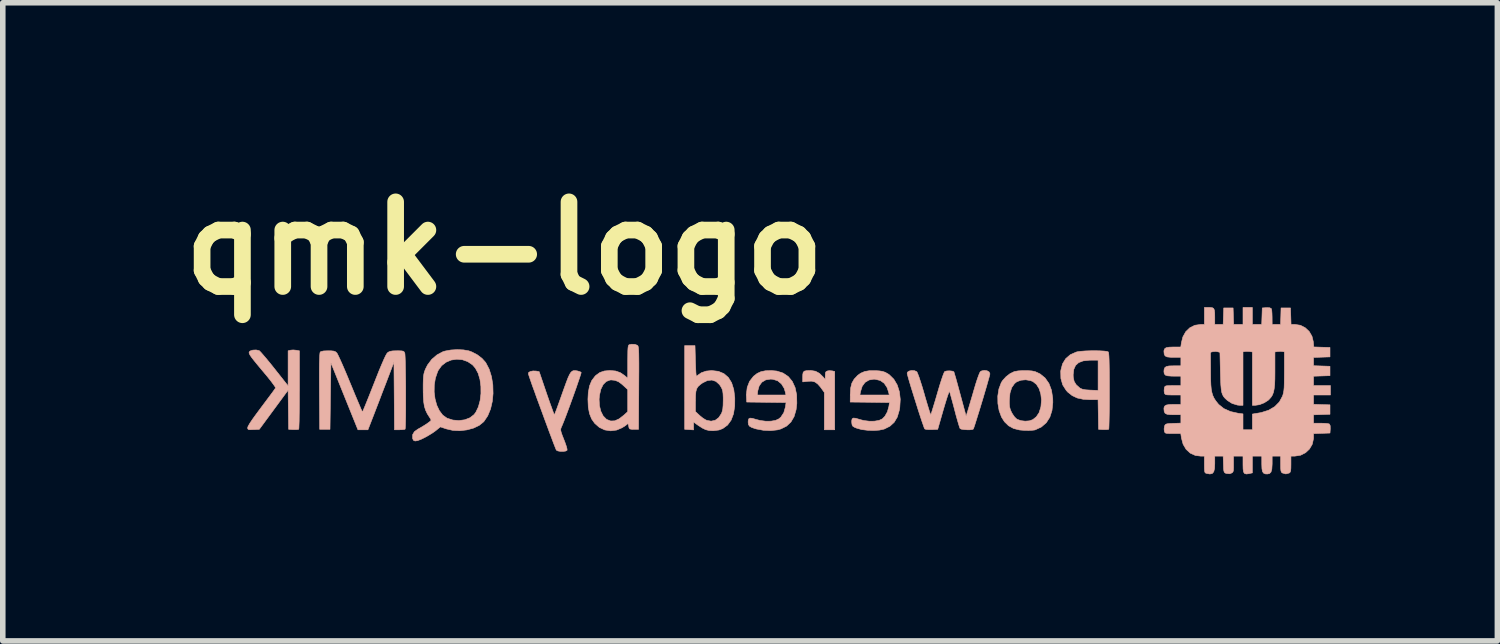
<source format=kicad_pcb>
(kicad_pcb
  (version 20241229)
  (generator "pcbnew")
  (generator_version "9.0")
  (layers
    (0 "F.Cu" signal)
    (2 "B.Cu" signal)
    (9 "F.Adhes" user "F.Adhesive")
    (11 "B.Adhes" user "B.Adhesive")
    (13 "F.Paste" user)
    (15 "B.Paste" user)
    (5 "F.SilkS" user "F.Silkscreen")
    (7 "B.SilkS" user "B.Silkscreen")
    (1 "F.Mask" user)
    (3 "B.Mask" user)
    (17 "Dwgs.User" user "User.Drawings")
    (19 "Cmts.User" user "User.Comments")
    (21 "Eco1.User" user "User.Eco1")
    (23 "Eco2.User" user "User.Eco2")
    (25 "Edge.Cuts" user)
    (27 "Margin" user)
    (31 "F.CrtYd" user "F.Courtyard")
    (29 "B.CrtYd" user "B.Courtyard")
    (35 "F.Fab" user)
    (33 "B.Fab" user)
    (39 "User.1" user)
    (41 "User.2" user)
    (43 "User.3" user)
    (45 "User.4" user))
  (footprint "qmk-logo"
    (layer "F.Cu")
    (at 11.111 3.958)
    (property "Reference" "qmk-logo" (at -5.08 -2.54 0) (layer "F.SilkS") (effects (font (size 1.524 1.524) (thickness 0.3))))
    (attr through_hole)
    (fp_poly (pts (xy 0.361 -0.337) (xy 0.319 -0.328) (xy 0.297 -0.307) (xy 0.289 -0.268) (xy 0.288 -0.226) (xy 0.288 -0.134) (xy 0.385 -0.145) (xy 0.452 -0.147) (xy 0.506 -0.133) (xy 0.555 -0.099) (xy 0.607 -0.041) (xy 0.628 -0.012) (xy 0.677 0.056) (xy 0.677 0.728) (xy 0.864 0.728) (xy 0.864 -0.321) (xy 0.821 -0.332) (xy 0.77 -0.336) (xy 0.737 -0.332) (xy 0.709 -0.32) (xy 0.697 -0.297) (xy 0.694 -0.25) (xy 0.694 -0.249) (xy 0.693 -0.178) (xy 0.659 -0.219) (xy 0.59 -0.287) (xy 0.518 -0.326) (xy 0.436 -0.339) (xy 0.43 -0.339) (xy 0.361 -0.337)) (stroke (width 0.01) (type solid)) (fill yes) (layer "B.SilkS"))
    (fp_poly (pts (xy -0.384 -0.334) (xy -0.465 -0.317) (xy -0.532 -0.286) (xy -0.595 -0.237) (xy -0.6 -0.232) (xy -0.669 -0.143) (xy -0.711 -0.035) (xy -0.726 0.091) (xy -0.725 0.13) (xy -0.72 0.229) (xy -0.012 0.238) (xy -0.023 0.316) (xy -0.052 0.419) (xy -0.105 0.5) (xy -0.141 0.531) (xy -0.201 0.559) (xy -0.283 0.573) (xy -0.378 0.574) (xy -0.478 0.561) (xy -0.551 0.542) (xy -0.619 0.522) (xy -0.661 0.518) (xy -0.684 0.532) (xy -0.693 0.566) (xy -0.694 0.593) (xy -0.689 0.633) (xy -0.671 0.662) (xy -0.633 0.685) (xy -0.57 0.707) (xy -0.549 0.713) (xy -0.42 0.737) (xy -0.289 0.743) (xy -0.168 0.73) (xy -0.105 0.713) (xy -0.003 0.662) (xy 0.076 0.588) (xy 0.133 0.49) (xy 0.169 0.366) (xy 0.182 0.252) (xy 0.179 0.102) (xy -0.014 0.102) (xy -0.529 0.102) (xy -0.521 0.027) (xy -0.496 -0.061) (xy -0.448 -0.128) (xy -0.378 -0.17) (xy -0.291 -0.184) (xy -0.249 -0.181) (xy -0.163 -0.154) (xy -0.095 -0.098) (xy -0.046 -0.019) (xy -0.026 0.047) (xy -0.014 0.102) (xy 0.179 0.102) (xy 0.179 0.1) (xy 0.151 -0.032) (xy 0.1 -0.143) (xy 0.028 -0.23) (xy -0.066 -0.293) (xy -0.178 -0.329) (xy -0.279 -0.338) (xy -0.384 -0.334)) (stroke (width 0.01) (type solid)) (fill yes) (layer "B.SilkS"))
    (fp_poly (pts (xy -9.61 -0.706) (xy -9.656 -0.691) (xy -9.659 -0.689) (xy -9.672 -0.677) (xy -9.678 -0.663) (xy -9.674 -0.643) (xy -9.659 -0.614) (xy -9.631 -0.573) (xy -9.587 -0.517) (xy -9.526 -0.442) (xy -9.445 -0.345) (xy -9.42 -0.315) (xy -9.352 -0.234) (xy -9.293 -0.16) (xy -9.247 -0.099) (xy -9.215 -0.054) (xy -9.201 -0.029) (xy -9.201 -0.026) (xy -9.213 -0.007) (xy -9.242 0.034) (xy -9.287 0.095) (xy -9.343 0.17) (xy -9.408 0.257) (xy -9.456 0.321) (xy -9.545 0.441) (xy -9.616 0.539) (xy -9.666 0.614) (xy -9.695 0.665) (xy -9.703 0.689) (xy -9.701 0.711) (xy -9.69 0.723) (xy -9.662 0.727) (xy -9.609 0.725) (xy -9.598 0.725) (xy -9.494 0.72) (xy -8.975 0.015) (xy -8.966 0.72) (xy -8.881 0.725) (xy -8.83 0.725) (xy -8.793 0.721) (xy -8.784 0.718) (xy -8.781 0.699) (xy -8.779 0.649) (xy -8.776 0.573) (xy -8.775 0.475) (xy -8.773 0.356) (xy -8.772 0.222) (xy -8.772 0.076) (xy -8.771 0.006) (xy -8.771 -0.693) (xy -8.831 -0.704) (xy -8.884 -0.709) (xy -8.931 -0.705) (xy -8.932 -0.704) (xy -8.975 -0.694) (xy -8.975 -0.062) (xy -9.222 -0.374) (xy -9.293 -0.463) (xy -9.359 -0.543) (xy -9.416 -0.61) (xy -9.46 -0.661) (xy -9.489 -0.691) (xy -9.497 -0.697) (xy -9.551 -0.709) (xy -9.61 -0.706)) (stroke (width 0.01) (type solid)) (fill yes) (layer "B.SilkS"))
    (fp_poly (pts (xy 5.464 -0.694) (xy 5.376 -0.691) (xy 5.298 -0.685) (xy 5.237 -0.677) (xy 5.211 -0.671) (xy 5.104 -0.623) (xy 5.022 -0.552) (xy 4.965 -0.459) (xy 4.935 -0.346) (xy 4.932 -0.325) (xy 4.935 -0.196) (xy 4.968 -0.08) (xy 5.031 0.019) (xy 5.06 0.051) (xy 5.14 0.114) (xy 5.23 0.156) (xy 5.337 0.179) (xy 5.463 0.186) (xy 5.604 0.186) (xy 5.613 0.72) (xy 5.699 0.725) (xy 5.75 0.725) (xy 5.787 0.721) (xy 5.796 0.718) (xy 5.799 0.699) (xy 5.801 0.649) (xy 5.803 0.574) (xy 5.805 0.475) (xy 5.807 0.357) (xy 5.808 0.224) (xy 5.808 0.078) (xy 5.808 0.026) (xy 5.808 0.02) (xy 5.605 0.02) (xy 5.462 0.014) (xy 5.383 0.009) (xy 5.328 -0.00025) (xy 5.289 -0.016) (xy 5.273 -0.026) (xy 5.21 -0.083) (xy 5.174 -0.142) (xy 5.158 -0.216) (xy 5.156 -0.262) (xy 5.167 -0.358) (xy 5.199 -0.43) (xy 5.255 -0.481) (xy 5.336 -0.512) (xy 5.445 -0.524) (xy 5.474 -0.525) (xy 5.605 -0.525) (xy 5.605 0.02) (xy 5.808 0.02) (xy 5.808 -0.157) (xy 5.807 -0.308) (xy 5.805 -0.43) (xy 5.803 -0.524) (xy 5.8 -0.594) (xy 5.796 -0.641) (xy 5.791 -0.667) (xy 5.788 -0.674) (xy 5.762 -0.683) (xy 5.709 -0.689) (xy 5.637 -0.693) (xy 5.553 -0.695) (xy 5.464 -0.694)) (stroke (width 0.01) (type solid)) (fill yes) (layer "B.SilkS"))
    (fp_poly (pts (xy 1.491 -0.336) (xy 1.403 -0.321) (xy 1.331 -0.29) (xy 1.277 -0.251) (xy 1.214 -0.184) (xy 1.173 -0.112) (xy 1.151 -0.024) (xy 1.144 0.085) (xy 1.143 0.229) (xy 1.496 0.233) (xy 1.85 0.238) (xy 1.839 0.309) (xy 1.812 0.405) (xy 1.767 0.485) (xy 1.721 0.532) (xy 1.662 0.559) (xy 1.581 0.573) (xy 1.487 0.574) (xy 1.388 0.562) (xy 1.312 0.542) (xy 1.243 0.521) (xy 1.2 0.517) (xy 1.177 0.532) (xy 1.17 0.567) (xy 1.171 0.603) (xy 1.177 0.642) (xy 1.192 0.666) (xy 1.224 0.685) (xy 1.262 0.7) (xy 1.349 0.724) (xy 1.453 0.737) (xy 1.563 0.741) (xy 1.667 0.734) (xy 1.751 0.716) (xy 1.757 0.714) (xy 1.857 0.664) (xy 1.934 0.594) (xy 1.99 0.5) (xy 2.026 0.379) (xy 2.035 0.328) (xy 2.044 0.18) (xy 2.035 0.102) (xy 1.846 0.102) (xy 1.317 0.102) (xy 1.329 0.038) (xy 1.359 -0.056) (xy 1.411 -0.126) (xy 1.482 -0.168) (xy 1.569 -0.183) (xy 1.594 -0.181) (xy 1.684 -0.159) (xy 1.755 -0.109) (xy 1.807 -0.031) (xy 1.835 0.055) (xy 1.846 0.102) (xy 2.035 0.102) (xy 2.028 0.043) (xy 1.989 -0.079) (xy 1.928 -0.182) (xy 1.847 -0.262) (xy 1.822 -0.279) (xy 1.772 -0.307) (xy 1.724 -0.323) (xy 1.666 -0.332) (xy 1.603 -0.336) (xy 1.491 -0.336)) (stroke (width 0.01) (type solid)) (fill yes) (layer "B.SilkS"))
    (fp_poly (pts (xy 4.165 -0.332) (xy 4.1 -0.32) (xy 4.095 -0.319) (xy 4.022 -0.284) (xy 3.949 -0.228) (xy 3.888 -0.161) (xy 3.862 -0.121) (xy 3.819 -0.006) (xy 3.799 0.122) (xy 3.801 0.254) (xy 3.823 0.382) (xy 3.866 0.499) (xy 3.92 0.584) (xy 3.994 0.656) (xy 4.084 0.705) (xy 4.193 0.732) (xy 4.284 0.739) (xy 4.356 0.74) (xy 4.419 0.737) (xy 4.463 0.732) (xy 4.471 0.73) (xy 4.583 0.678) (xy 4.672 0.601) (xy 4.736 0.502) (xy 4.775 0.38) (xy 4.79 0.237) (xy 4.789 0.188) (xy 4.586 0.188) (xy 4.577 0.302) (xy 4.573 0.325) (xy 4.542 0.422) (xy 4.492 0.495) (xy 4.43 0.545) (xy 4.369 0.567) (xy 4.293 0.573) (xy 4.215 0.564) (xy 4.149 0.54) (xy 4.136 0.531) (xy 4.101 0.497) (xy 4.065 0.445) (xy 4.047 0.414) (xy 4.025 0.364) (xy 4.012 0.315) (xy 4.007 0.256) (xy 4.007 0.192) (xy 4.019 0.066) (xy 4.05 -0.032) (xy 4.101 -0.104) (xy 4.141 -0.136) (xy 4.215 -0.164) (xy 4.303 -0.172) (xy 4.389 -0.157) (xy 4.432 -0.14) (xy 4.495 -0.089) (xy 4.543 -0.013) (xy 4.573 0.081) (xy 4.586 0.188) (xy 4.789 0.188) (xy 4.788 0.16) (xy 4.766 0.016) (xy 4.72 -0.106) (xy 4.651 -0.204) (xy 4.56 -0.278) (xy 4.472 -0.319) (xy 4.414 -0.331) (xy 4.335 -0.337) (xy 4.248 -0.337) (xy 4.165 -0.332)) (stroke (width 0.01) (type solid)) (fill yes) (layer "B.SilkS"))
    (fp_poly (pts (xy -1.837 0.72) (xy -1.676 0.73) (xy -1.676 0.59) (xy -1.596 0.647) (xy -1.521 0.696) (xy -1.459 0.726) (xy -1.398 0.741) (xy -1.325 0.745) (xy -1.324 0.745) (xy -1.219 0.732) (xy -1.151 0.706) (xy -1.065 0.643) (xy -1.001 0.555) (xy -0.958 0.441) (xy -0.936 0.301) (xy -0.935 0.195) (xy -1.143 0.195) (xy -1.145 0.287) (xy -1.151 0.355) (xy -1.164 0.407) (xy -1.175 0.436) (xy -1.224 0.51) (xy -1.287 0.557) (xy -1.361 0.573) (xy -1.44 0.558) (xy -1.461 0.548) (xy -1.507 0.52) (xy -1.558 0.479) (xy -1.579 0.46) (xy -1.643 0.4) (xy -1.643 0.208) (xy -1.641 0.111) (xy -1.635 0.041) (xy -1.621 -0.01) (xy -1.597 -0.049) (xy -1.559 -0.084) (xy -1.511 -0.118) (xy -1.426 -0.159) (xy -1.346 -0.167) (xy -1.274 -0.143) (xy -1.211 -0.086) (xy -1.183 -0.044) (xy -1.164 -0.007) (xy -1.152 0.032) (xy -1.146 0.08) (xy -1.143 0.149) (xy -1.143 0.195) (xy -0.935 0.195) (xy -0.935 0.152) (xy -0.953 0.004) (xy -0.992 -0.119) (xy -1.051 -0.214) (xy -1.131 -0.283) (xy -1.23 -0.324) (xy -1.35 -0.338) (xy -1.351 -0.338) (xy -1.452 -0.328) (xy -1.538 -0.298) (xy -1.603 -0.252) (xy -1.61 -0.244) (xy -1.619 -0.237) (xy -1.626 -0.242) (xy -1.631 -0.264) (xy -1.635 -0.307) (xy -1.638 -0.375) (xy -1.642 -0.472) (xy -1.643 -0.501) (xy -1.651 -0.787) (xy -1.837 -0.787) (xy -1.837 0.72)) (stroke (width 0.01) (type solid)) (fill yes) (layer "B.SilkS"))
    (fp_poly (pts (xy -3.835 -0.337) (xy -3.861 -0.327) (xy -3.885 -0.305) (xy -3.909 -0.267) (xy -3.936 -0.209) (xy -3.967 -0.128) (xy -4.006 -0.021) (xy -4.04 0.074) (xy -4.078 0.181) (xy -4.112 0.276) (xy -4.141 0.356) (xy -4.164 0.415) (xy -4.178 0.45) (xy -4.183 0.457) (xy -4.19 0.442) (xy -4.207 0.399) (xy -4.231 0.332) (xy -4.262 0.247) (xy -4.297 0.147) (xy -4.324 0.069) (xy -4.456 -0.319) (xy -4.512 -0.329) (xy -4.566 -0.331) (xy -4.613 -0.322) (xy -4.645 -0.304) (xy -4.65 -0.279) (xy -4.647 -0.267) (xy -4.633 -0.225) (xy -4.61 -0.158) (xy -4.58 -0.071) (xy -4.542 0.032) (xy -4.501 0.148) (xy -4.455 0.272) (xy -4.408 0.4) (xy -4.361 0.529) (xy -4.315 0.653) (xy -4.272 0.77) (xy -4.232 0.875) (xy -4.199 0.964) (xy -4.172 1.033) (xy -4.154 1.078) (xy -4.147 1.094) (xy -4.119 1.109) (xy -4.073 1.117) (xy -4.022 1.117) (xy -3.978 1.111) (xy -3.954 1.097) (xy -3.953 1.095) (xy -3.955 1.07) (xy -3.968 1.022) (xy -3.99 0.958) (xy -4.012 0.901) (xy -4.042 0.825) (xy -4.06 0.772) (xy -4.068 0.737) (xy -4.067 0.711) (xy -4.059 0.687) (xy -4.057 0.683) (xy -4.039 0.642) (xy -4.013 0.578) (xy -3.981 0.496) (xy -3.945 0.4) (xy -3.906 0.295) (xy -3.866 0.185) (xy -3.827 0.077) (xy -3.79 -0.027) (xy -3.758 -0.121) (xy -3.731 -0.2) (xy -3.711 -0.26) (xy -3.701 -0.296) (xy -3.7 -0.305) (xy -3.722 -0.318) (xy -3.762 -0.33) (xy -3.77 -0.332) (xy -3.806 -0.337) (xy -3.835 -0.337)) (stroke (width 0.01) (type solid)) (fill yes) (layer "B.SilkS"))
    (fp_poly (pts (xy -2.835 -0.803) (xy -2.845 -0.795) (xy -2.852 -0.777) (xy -2.857 -0.744) (xy -2.86 -0.692) (xy -2.861 -0.615) (xy -2.862 -0.511) (xy -2.862 -0.496) (xy -2.862 -0.2) (xy -2.917 -0.247) (xy -2.995 -0.3) (xy -3.08 -0.33) (xy -3.182 -0.339) (xy -3.183 -0.339) (xy -3.284 -0.33) (xy -3.363 -0.303) (xy -3.433 -0.253) (xy -3.45 -0.236) (xy -3.51 -0.157) (xy -3.55 -0.059) (xy -3.572 0.061) (xy -3.578 0.178) (xy -3.572 0.32) (xy -3.55 0.437) (xy -3.511 0.534) (xy -3.457 0.611) (xy -3.373 0.685) (xy -3.275 0.731) (xy -3.169 0.747) (xy -3.061 0.733) (xy -2.969 0.694) (xy -2.919 0.664) (xy -2.882 0.637) (xy -2.867 0.623) (xy -2.856 0.62) (xy -2.846 0.651) (xy -2.845 0.66) (xy -2.838 0.695) (xy -2.825 0.713) (xy -2.796 0.719) (xy -2.752 0.72) (xy -2.667 0.72) (xy -2.663 0.004) (xy -2.862 0.004) (xy -2.862 0.402) (xy -2.931 0.465) (xy -3.018 0.532) (xy -3.096 0.567) (xy -3.168 0.57) (xy -3.236 0.544) (xy -3.246 0.538) (xy -3.304 0.479) (xy -3.346 0.395) (xy -3.371 0.293) (xy -3.377 0.178) (xy -3.37 0.105) (xy -3.345 -0.003) (xy -3.304 -0.086) (xy -3.249 -0.141) (xy -3.182 -0.167) (xy -3.157 -0.169) (xy -3.091 -0.162) (xy -3.03 -0.138) (xy -2.966 -0.091) (xy -2.938 -0.066) (xy -2.862 0.004) (xy -2.663 0.004) (xy -2.663 -0.025) (xy -2.662 -0.205) (xy -2.661 -0.353) (xy -2.661 -0.473) (xy -2.662 -0.569) (xy -2.663 -0.642) (xy -2.665 -0.697) (xy -2.668 -0.736) (xy -2.672 -0.763) (xy -2.677 -0.779) (xy -2.683 -0.788) (xy -2.687 -0.792) (xy -2.732 -0.809) (xy -2.79 -0.812) (xy -2.835 -0.803)) (stroke (width 0.01) (type solid)) (fill yes) (layer "B.SilkS"))
    (fp_poly (pts (xy -8.336 -0.691) (xy -8.383 -0.68) (xy -8.397 -0.671) (xy -8.402 -0.653) (xy -8.406 -0.612) (xy -8.409 -0.547) (xy -8.412 -0.454) (xy -8.413 -0.334) (xy -8.413 -0.183) (xy -8.412 -0.001) (xy -8.412 0.036) (xy -8.407 0.72) (xy -8.221 0.72) (xy -8.213 0.121) (xy -8.204 -0.477) (xy -7.961 0.126) (xy -7.718 0.728) (xy -7.538 0.728) (xy -7.454 0.512) (xy -7.423 0.432) (xy -7.383 0.328) (xy -7.337 0.209) (xy -7.289 0.082) (xy -7.24 -0.045) (xy -7.22 -0.096) (xy -7.07 -0.489) (xy -7.065 0.12) (xy -7.061 0.728) (xy -6.971 0.728) (xy -6.918 0.726) (xy -6.88 0.721) (xy -6.869 0.717) (xy -6.866 0.697) (xy -6.863 0.648) (xy -6.861 0.574) (xy -6.859 0.479) (xy -6.858 0.368) (xy -6.858 0.245) (xy -6.858 0.116) (xy -6.858 -0.017) (xy -6.859 -0.148) (xy -6.861 -0.273) (xy -6.863 -0.387) (xy -6.865 -0.486) (xy -6.868 -0.566) (xy -6.871 -0.622) (xy -6.874 -0.65) (xy -6.875 -0.651) (xy -6.885 -0.673) (xy -6.901 -0.686) (xy -6.932 -0.692) (xy -6.984 -0.694) (xy -7.016 -0.694) (xy -7.09 -0.692) (xy -7.139 -0.684) (xy -7.174 -0.668) (xy -7.182 -0.662) (xy -7.199 -0.642) (xy -7.222 -0.601) (xy -7.252 -0.537) (xy -7.29 -0.449) (xy -7.338 -0.335) (xy -7.395 -0.191) (xy -7.426 -0.112) (xy -7.475 0.012) (xy -7.52 0.126) (xy -7.56 0.225) (xy -7.593 0.306) (xy -7.618 0.365) (xy -7.633 0.399) (xy -7.637 0.406) (xy -7.645 0.391) (xy -7.665 0.348) (xy -7.693 0.281) (xy -7.73 0.194) (xy -7.774 0.09) (xy -7.822 -0.027) (xy -7.855 -0.106) (xy -7.907 -0.232) (xy -7.956 -0.348) (xy -8.001 -0.452) (xy -8.04 -0.539) (xy -8.071 -0.605) (xy -8.092 -0.646) (xy -8.099 -0.656) (xy -8.123 -0.677) (xy -8.152 -0.688) (xy -8.198 -0.693) (xy -8.256 -0.694) (xy -8.336 -0.691)) (stroke (width 0.01) (type solid)) (fill yes) (layer "B.SilkS"))
    (fp_poly (pts (xy -6.046 -0.708) (xy -6.15 -0.689) (xy -6.189 -0.677) (xy -6.294 -0.621) (xy -6.389 -0.54) (xy -6.465 -0.439) (xy -6.504 -0.362) (xy -6.52 -0.319) (xy -6.531 -0.278) (xy -6.538 -0.231) (xy -6.542 -0.17) (xy -6.544 -0.089) (xy -6.544 -0.008) (xy -6.542 0.121) (xy -6.535 0.223) (xy -6.522 0.306) (xy -6.5 0.376) (xy -6.47 0.439) (xy -6.442 0.483) (xy -6.417 0.522) (xy -6.402 0.55) (xy -6.401 0.555) (xy -6.414 0.572) (xy -6.45 0.6) (xy -6.501 0.635) (xy -6.56 0.672) (xy -6.621 0.707) (xy -6.638 0.716) (xy -6.702 0.762) (xy -6.734 0.817) (xy -6.734 0.881) (xy -6.733 0.887) (xy -6.718 0.918) (xy -6.689 0.93) (xy -6.643 0.923) (xy -6.576 0.897) (xy -6.513 0.866) (xy -6.442 0.826) (xy -6.371 0.782) (xy -6.315 0.742) (xy -6.311 0.738) (xy -6.235 0.676) (xy -6.127 0.712) (xy -6.009 0.739) (xy -5.883 0.745) (xy -5.757 0.73) (xy -5.638 0.698) (xy -5.535 0.649) (xy -5.455 0.584) (xy -5.45 0.578) (xy -5.382 0.477) (xy -5.331 0.354) (xy -5.299 0.215) (xy -5.286 0.077) (xy -5.504 0.077) (xy -5.519 0.202) (xy -5.55 0.316) (xy -5.596 0.412) (xy -5.628 0.455) (xy -5.702 0.512) (xy -5.795 0.548) (xy -5.9 0.562) (xy -6.009 0.553) (xy -6.113 0.52) (xy -6.118 0.517) (xy -6.192 0.464) (xy -6.252 0.385) (xy -6.299 0.286) (xy -6.33 0.172) (xy -6.346 0.049) (xy -6.344 -0.077) (xy -6.324 -0.201) (xy -6.284 -0.317) (xy -6.273 -0.341) (xy -6.212 -0.426) (xy -6.132 -0.488) (xy -6.04 -0.527) (xy -5.94 -0.542) (xy -5.838 -0.533) (xy -5.742 -0.499) (xy -5.656 -0.441) (xy -5.604 -0.381) (xy -5.554 -0.288) (xy -5.521 -0.176) (xy -5.505 -0.052) (xy -5.504 0.077) (xy -5.286 0.077) (xy -5.286 0.068) (xy -5.29 -0.082) (xy -5.314 -0.228) (xy -5.356 -0.363) (xy -5.417 -0.48) (xy -5.422 -0.487) (xy -5.485 -0.557) (xy -5.57 -0.622) (xy -5.666 -0.672) (xy -5.723 -0.693) (xy -5.819 -0.71) (xy -5.931 -0.715) (xy -6.046 -0.708)) (stroke (width 0.01) (type solid)) (fill yes) (layer "B.SilkS"))
    (fp_poly (pts (xy 3.51 -0.332) (xy 3.485 -0.318) (xy 3.472 -0.295) (xy 3.452 -0.245) (xy 3.427 -0.174) (xy 3.399 -0.087) (xy 3.371 0.008) (xy 3.341 0.112) (xy 3.312 0.209) (xy 3.287 0.295) (xy 3.267 0.361) (xy 3.256 0.398) (xy 3.229 0.482) (xy 3.122 0.087) (xy 3.092 -0.024) (xy 3.065 -0.123) (xy 3.042 -0.206) (xy 3.023 -0.269) (xy 3.012 -0.307) (xy 3.008 -0.317) (xy 2.979 -0.328) (xy 2.932 -0.333) (xy 2.883 -0.331) (xy 2.847 -0.322) (xy 2.843 -0.319) (xy 2.831 -0.297) (xy 2.811 -0.246) (xy 2.786 -0.173) (xy 2.757 -0.082) (xy 2.726 0.022) (xy 2.709 0.08) (xy 2.678 0.187) (xy 2.649 0.282) (xy 2.625 0.361) (xy 2.607 0.419) (xy 2.595 0.452) (xy 2.592 0.457) (xy 2.585 0.442) (xy 2.57 0.398) (xy 2.549 0.331) (xy 2.523 0.245) (xy 2.493 0.144) (xy 2.475 0.08) (xy 2.442 -0.033) (xy 2.41 -0.133) (xy 2.383 -0.216) (xy 2.36 -0.277) (xy 2.345 -0.312) (xy 2.34 -0.318) (xy 2.3 -0.336) (xy 2.251 -0.339) (xy 2.206 -0.33) (xy 2.175 -0.31) (xy 2.168 -0.29) (xy 2.173 -0.265) (xy 2.187 -0.213) (xy 2.208 -0.14) (xy 2.235 -0.05) (xy 2.267 0.053) (xy 2.301 0.162) (xy 2.336 0.273) (xy 2.37 0.382) (xy 2.403 0.483) (xy 2.432 0.571) (xy 2.457 0.642) (xy 2.474 0.691) (xy 2.484 0.712) (xy 2.484 0.713) (xy 2.509 0.721) (xy 2.556 0.725) (xy 2.609 0.725) (xy 2.718 0.72) (xy 2.819 0.368) (xy 2.849 0.267) (xy 2.876 0.179) (xy 2.899 0.108) (xy 2.917 0.06) (xy 2.928 0.038) (xy 2.93 0.038) (xy 2.938 0.06) (xy 2.952 0.11) (xy 2.972 0.182) (xy 2.996 0.27) (xy 3.022 0.368) (xy 3.023 0.373) (xy 3.049 0.472) (xy 3.074 0.56) (xy 3.095 0.632) (xy 3.111 0.683) (xy 3.121 0.707) (xy 3.121 0.707) (xy 3.144 0.717) (xy 3.189 0.724) (xy 3.245 0.728) (xy 3.299 0.728) (xy 3.341 0.723) (xy 3.359 0.715) (xy 3.368 0.692) (xy 3.385 0.642) (xy 3.408 0.569) (xy 3.436 0.479) (xy 3.468 0.377) (xy 3.501 0.268) (xy 3.535 0.156) (xy 3.567 0.047) (xy 3.597 -0.054) (xy 3.622 -0.143) (xy 3.642 -0.213) (xy 3.654 -0.26) (xy 3.658 -0.279) (xy 3.643 -0.313) (xy 3.607 -0.334) (xy 3.559 -0.341) (xy 3.51 -0.332)) (stroke (width 0.01) (type solid)) (fill yes) (layer "B.SilkS"))
    (fp_poly (pts (xy 8.213 -1.168) (xy 8.045 -1.168) (xy 8.04 -1.317) (xy 8.035 -1.465) (xy 7.866 -1.465) (xy 7.861 -1.317) (xy 7.856 -1.168) (xy 7.705 -1.168) (xy 7.705 -1.294) (xy 7.704 -1.374) (xy 7.698 -1.425) (xy 7.685 -1.455) (xy 7.661 -1.469) (xy 7.622 -1.473) (xy 7.601 -1.473) (xy 7.518 -1.473) (xy 7.518 -1.168) (xy 7.45 -1.168) (xy 7.346 -1.153) (xy 7.256 -1.108) (xy 7.183 -1.038) (xy 7.131 -0.944) (xy 7.105 -0.842) (xy 7.093 -0.762) (xy 6.962 -0.762) (xy 6.883 -0.759) (xy 6.831 -0.75) (xy 6.803 -0.73) (xy 6.791 -0.699) (xy 6.79 -0.681) (xy 6.795 -0.633) (xy 6.811 -0.602) (xy 6.846 -0.584) (xy 6.906 -0.577) (xy 6.96 -0.576) (xy 7.095 -0.576) (xy 7.095 -0.423) (xy 6.96 -0.423) (xy 6.882 -0.421) (xy 6.832 -0.41) (xy 6.804 -0.388) (xy 6.792 -0.352) (xy 6.79 -0.318) (xy 6.796 -0.281) (xy 6.816 -0.256) (xy 6.857 -0.243) (xy 6.923 -0.238) (xy 6.963 -0.237) (xy 7.095 -0.237) (xy 7.095 -0.068) (xy 6.951 -0.068) (xy 6.882 -0.067) (xy 6.838 -0.064) (xy 6.815 -0.057) (xy 6.803 -0.044) (xy 6.797 -0.025) (xy 6.793 0.026) (xy 6.797 0.059) (xy 6.804 0.08) (xy 6.817 0.092) (xy 6.843 0.099) (xy 6.889 0.101) (xy 6.951 0.102) (xy 7.095 0.102) (xy 7.095 0.271) (xy 6.963 0.271) (xy 6.883 0.274) (xy 6.832 0.283) (xy 6.803 0.302) (xy 6.791 0.333) (xy 6.79 0.352) (xy 6.795 0.4) (xy 6.811 0.431) (xy 6.846 0.449) (xy 6.906 0.456) (xy 6.96 0.457) (xy 7.095 0.457) (xy 7.095 0.608) (xy 6.956 0.613) (xy 6.887 0.616) (xy 6.844 0.621) (xy 6.821 0.63) (xy 6.808 0.645) (xy 6.801 0.662) (xy 6.793 0.713) (xy 6.797 0.751) (xy 6.804 0.773) (xy 6.816 0.786) (xy 6.84 0.793) (xy 6.885 0.795) (xy 6.95 0.796) (xy 7.093 0.796) (xy 7.105 0.876) (xy 7.135 0.988) (xy 7.189 1.08) (xy 7.263 1.148) (xy 7.355 1.19) (xy 7.45 1.202) (xy 7.518 1.202) (xy 7.518 1.353) (xy 7.519 1.425) (xy 7.522 1.47) (xy 7.528 1.495) (xy 7.541 1.508) (xy 7.556 1.513) (xy 7.617 1.524) (xy 7.66 1.515) (xy 7.687 1.483) (xy 7.701 1.424) (xy 7.705 1.337) (xy 7.705 1.202) (xy 7.856 1.202) (xy 7.861 1.35) (xy 7.863 1.421) (xy 7.868 1.466) (xy 7.876 1.491) (xy 7.89 1.505) (xy 7.911 1.514) (xy 7.972 1.52) (xy 8 1.51) (xy 8.021 1.499) (xy 8.034 1.483) (xy 8.041 1.455) (xy 8.043 1.406) (xy 8.043 1.347) (xy 8.043 1.202) (xy 8.213 1.202) (xy 8.213 1.354) (xy 8.215 1.435) (xy 8.223 1.487) (xy 8.241 1.515) (xy 8.273 1.524) (xy 8.321 1.518) (xy 8.332 1.515) (xy 8.382 1.504) (xy 8.382 1.202) (xy 8.551 1.202) (xy 8.551 1.346) (xy 8.554 1.426) (xy 8.563 1.478) (xy 8.583 1.508) (xy 8.615 1.522) (xy 8.651 1.524) (xy 8.69 1.516) (xy 8.717 1.489) (xy 8.732 1.438) (xy 8.737 1.36) (xy 8.738 1.337) (xy 8.738 1.202) (xy 8.89 1.202) (xy 8.89 1.346) (xy 8.891 1.417) (xy 8.895 1.462) (xy 8.903 1.489) (xy 8.918 1.503) (xy 8.923 1.506) (xy 8.985 1.523) (xy 9.046 1.506) (xy 9.047 1.506) (xy 9.062 1.491) (xy 9.071 1.465) (xy 9.075 1.419) (xy 9.076 1.347) (xy 9.076 1.202) (xy 9.148 1.202) (xy 9.25 1.186) (xy 9.339 1.141) (xy 9.41 1.074) (xy 9.46 0.988) (xy 9.482 0.888) (xy 9.483 0.865) (xy 9.483 0.797) (xy 9.631 0.792) (xy 9.779 0.787) (xy 9.784 0.713) (xy 9.783 0.655) (xy 9.768 0.625) (xy 9.767 0.624) (xy 9.741 0.617) (xy 9.69 0.612) (xy 9.626 0.61) (xy 9.614 0.61) (xy 9.483 0.61) (xy 9.483 0.459) (xy 9.631 0.454) (xy 9.779 0.449) (xy 9.779 0.279) (xy 9.631 0.275) (xy 9.483 0.27) (xy 9.483 0.102) (xy 9.787 0.102) (xy 9.787 -0.068) (xy 9.483 -0.068) (xy 9.483 -0.236) (xy 9.631 -0.241) (xy 9.779 -0.246) (xy 9.779 -0.415) (xy 9.631 -0.42) (xy 9.483 -0.425) (xy 9.483 -0.574) (xy 9.631 -0.579) (xy 9.779 -0.584) (xy 9.779 -0.675) (xy 8.958 -0.675) (xy 8.958 -0.321) (xy 8.957 -0.199) (xy 8.956 -0.106) (xy 8.954 -0.035) (xy 8.949 0.019) (xy 8.942 0.061) (xy 8.933 0.096) (xy 8.924 0.123) (xy 8.868 0.227) (xy 8.784 0.312) (xy 8.675 0.376) (xy 8.542 0.418) (xy 8.502 0.425) (xy 8.382 0.445) (xy 8.382 0.728) (xy 8.213 0.728) (xy 8.213 0.442) (xy 8.132 0.432) (xy 7.988 0.4) (xy 7.869 0.347) (xy 7.775 0.272) (xy 7.722 0.206) (xy 7.692 0.159) (xy 7.67 0.112) (xy 7.654 0.06) (xy 7.642 -0.001) (xy 7.635 -0.079) (xy 7.631 -0.178) (xy 7.63 -0.304) (xy 7.63 -0.338) (xy 7.628 -0.667) (xy 7.671 -0.678) (xy 7.722 -0.682) (xy 7.755 -0.677) (xy 7.798 -0.666) (xy 7.806 -0.312) (xy 7.81 -0.183) (xy 7.814 -0.082) (xy 7.821 -0.006) (xy 7.83 0.052) (xy 7.845 0.096) (xy 7.865 0.132) (xy 7.892 0.163) (xy 7.928 0.196) (xy 7.932 0.2) (xy 8.017 0.254) (xy 8.116 0.284) (xy 8.166 0.288) (xy 8.213 0.288) (xy 8.213 -0.675) (xy 8.251 -0.681) (xy 8.298 -0.682) (xy 8.335 -0.68) (xy 8.382 -0.673) (xy 8.382 0.288) (xy 8.43 0.288) (xy 8.51 0.276) (xy 8.594 0.243) (xy 8.665 0.198) (xy 8.683 0.181) (xy 8.717 0.143) (xy 8.743 0.102) (xy 8.761 0.054) (xy 8.774 -0.007) (xy 8.783 -0.085) (xy 8.787 -0.186) (xy 8.788 -0.314) (xy 8.788 -0.347) (xy 8.788 -0.673) (xy 8.835 -0.68) (xy 8.885 -0.683) (xy 8.92 -0.681) (xy 8.958 -0.675) (xy 9.779 -0.675) (xy 9.779 -0.754) (xy 9.633 -0.758) (xy 9.487 -0.763) (xy 9.479 -0.856) (xy 9.455 -0.955) (xy 9.405 -1.041) (xy 9.334 -1.108) (xy 9.247 -1.153) (xy 9.15 -1.168) (xy 9.078 -1.168) (xy 9.073 -1.317) (xy 9.068 -1.465) (xy 8.898 -1.465) (xy 8.894 -1.317) (xy 8.889 -1.168) (xy 8.738 -1.168) (xy 8.737 -1.3) (xy 8.735 -1.365) (xy 8.731 -1.419) (xy 8.724 -1.451) (xy 8.723 -1.453) (xy 8.694 -1.468) (xy 8.638 -1.47) (xy 8.634 -1.47) (xy 8.56 -1.465) (xy 8.555 -1.317) (xy 8.55 -1.168) (xy 8.382 -1.168) (xy 8.382 -1.473) (xy 8.213 -1.473) (xy 8.213 -1.168)) (stroke (width 0.01) (type solid)) (fill yes) (layer "B.SilkS")))
  (gr_rect
    (start -3 -3)
    (end 23.903 8.487)
    (stroke (width 0.1) (type default))
    (fill no)
    (layer "Edge.Cuts")))
</source>
